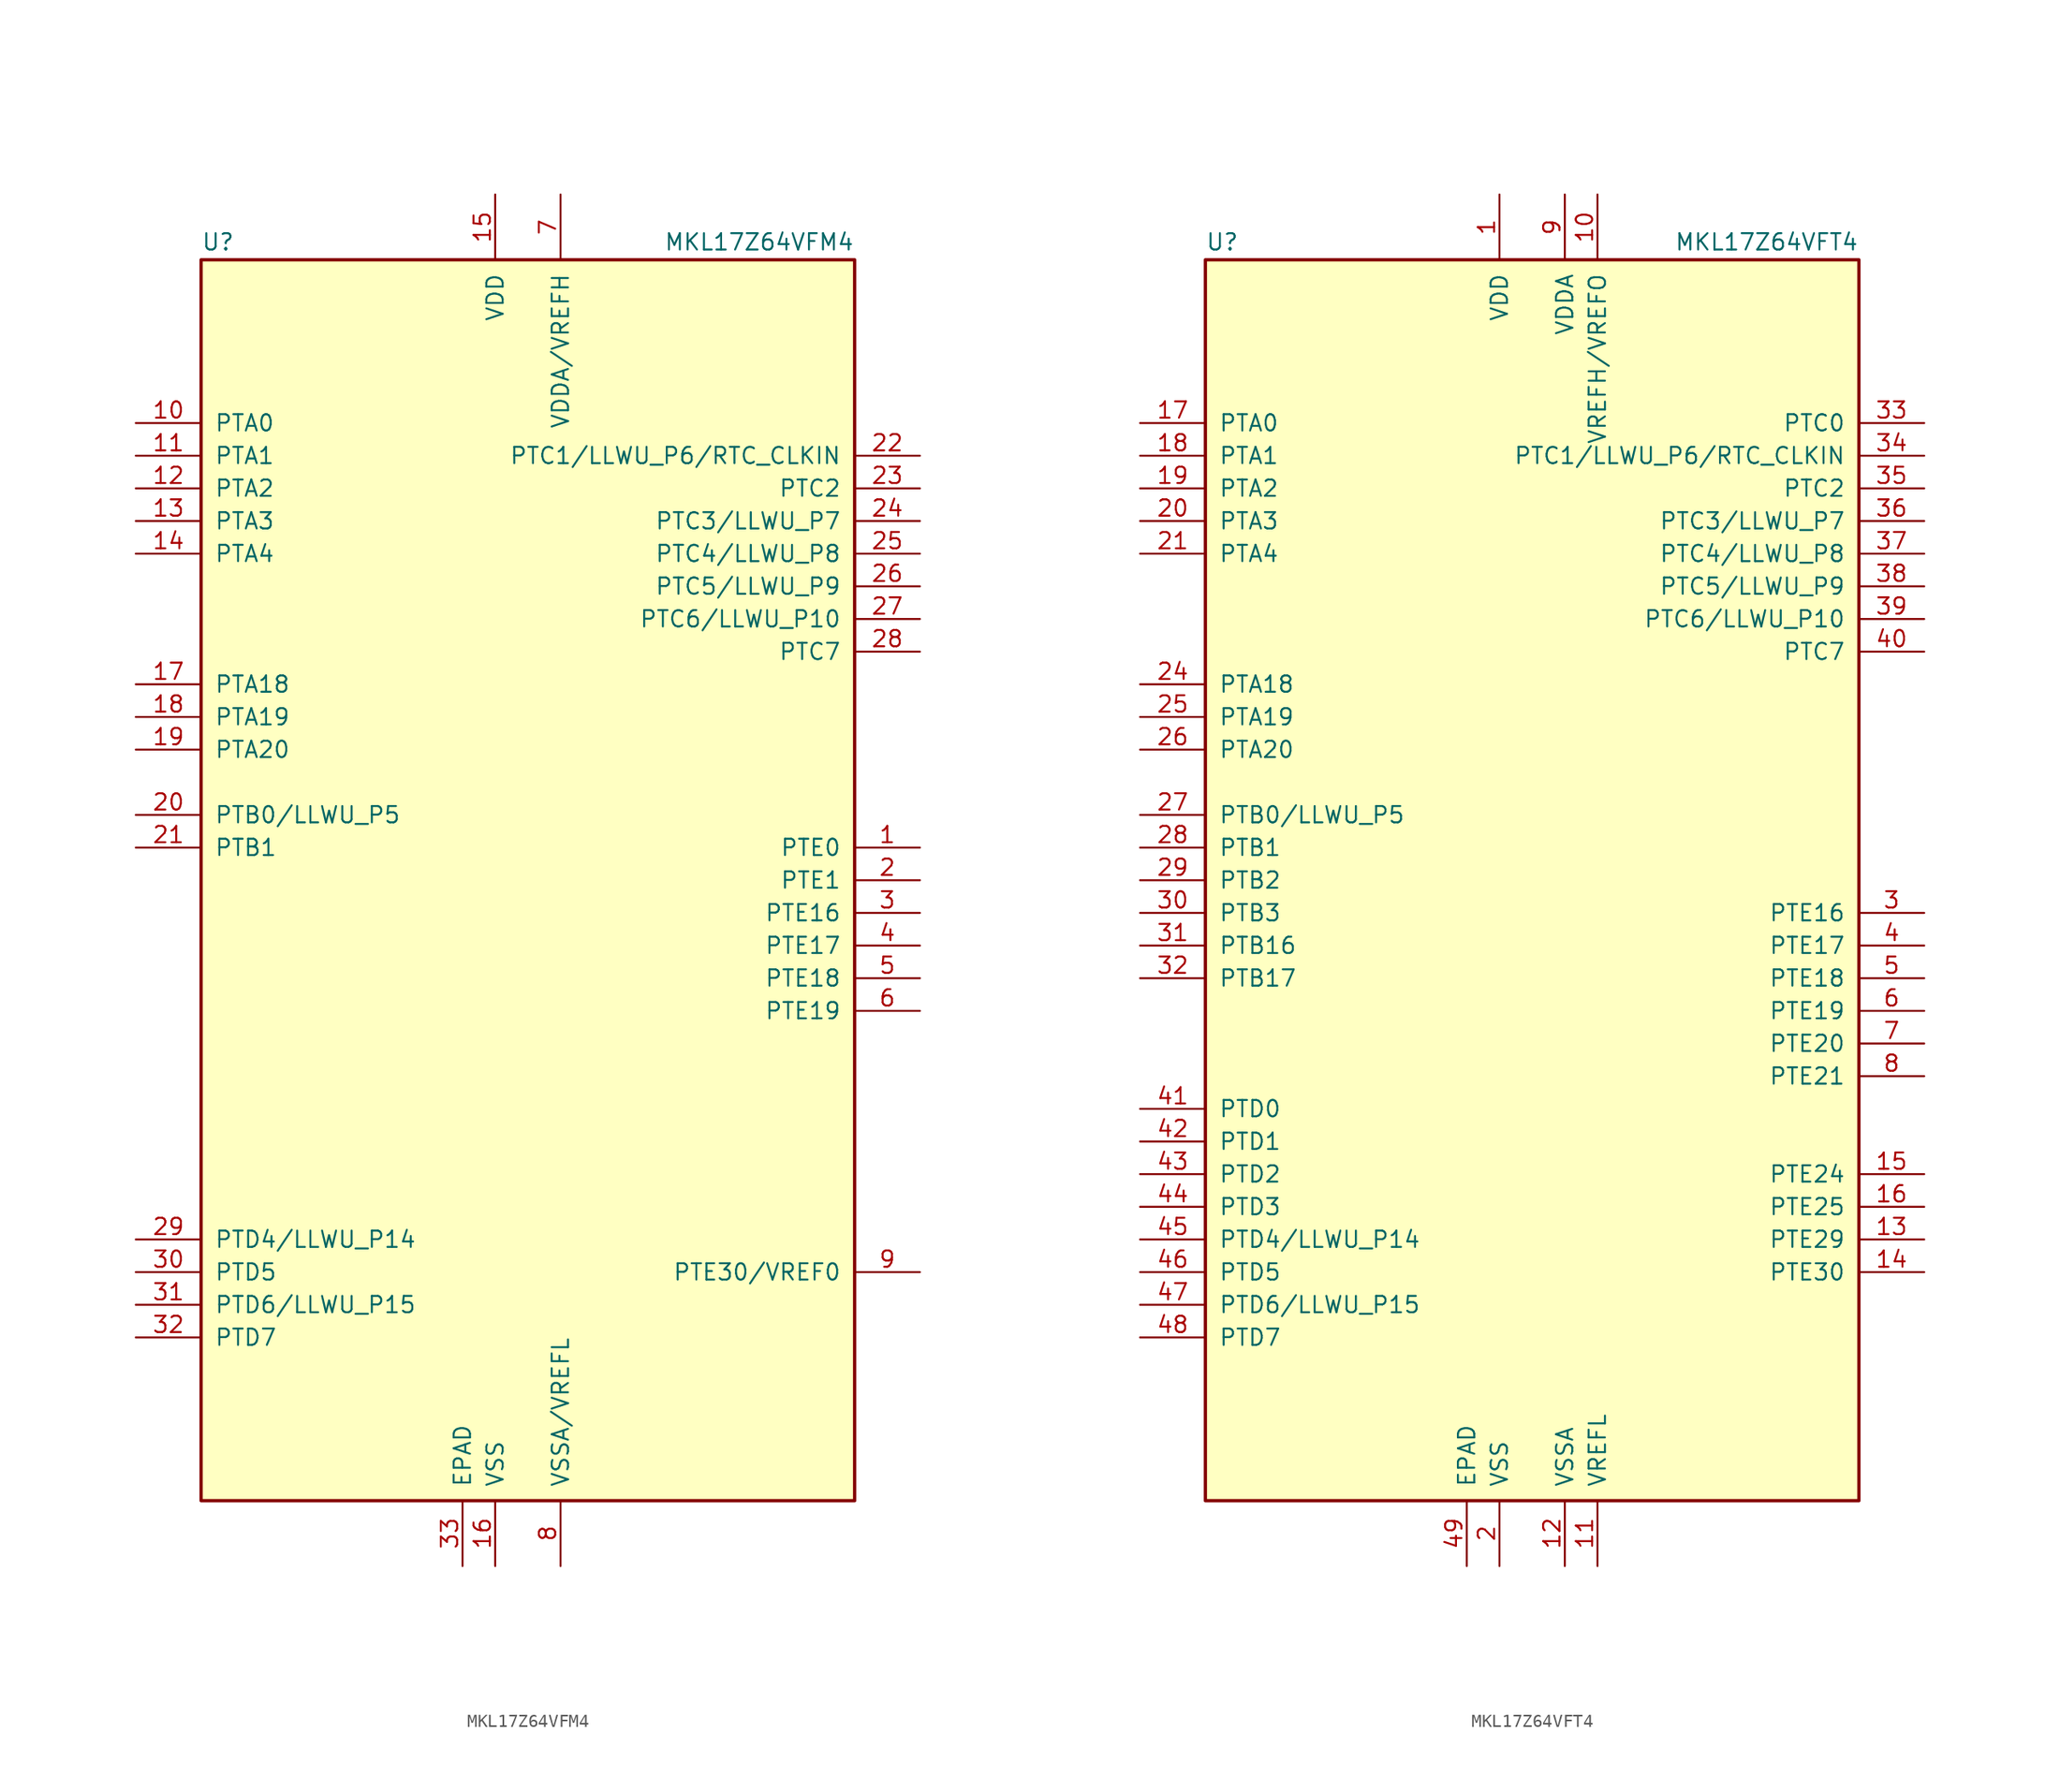
<source format=kicad_sym>
(kicad_symbol_lib
  (version 20211014)
  (generator kicad_symbol_editor)
  (symbol "MKL17Z64VFM4"
    (pin_names
      (offset 1.016))
    (property "Reference" "U"
      (at -25.4 48.895 0)
      (effects (font (size 1.27 1.27)) (justify left bottom)))
    (property "Value" "MKL17Z64VFM4"
      (at 25.4 48.895 0)
      (effects (font (size 1.27 1.27)) (justify right bottom)))
    (symbol "MKL17Z64VFM4_0_1"
      (rectangle (start -25.4 48.26) (end 25.4 -48.26) (stroke (width 0.254) (type default) (color 0 0 0 0)) (fill (type background))))
    (symbol "MKL17Z64VFM4_1_1"
      (pin bidirectional line (at 30.48 2.54 180) (length 5.08) (name "PTE0" (effects (font (size 1.27 1.27)))) (number "1" (effects (font (size 1.27 1.27)))))
      (pin bidirectional line (at -30.48 35.56 0) (length 5.08) (name "PTA0" (effects (font (size 1.27 1.27)))) (number "10" (effects (font (size 1.27 1.27)))))
      (pin bidirectional line (at -30.48 33.02 0) (length 5.08) (name "PTA1" (effects (font (size 1.27 1.27)))) (number "11" (effects (font (size 1.27 1.27)))))
      (pin bidirectional line (at -30.48 30.48 0) (length 5.08) (name "PTA2" (effects (font (size 1.27 1.27)))) (number "12" (effects (font (size 1.27 1.27)))))
      (pin bidirectional line (at -30.48 27.94 0) (length 5.08) (name "PTA3" (effects (font (size 1.27 1.27)))) (number "13" (effects (font (size 1.27 1.27)))))
      (pin bidirectional line (at -30.48 25.4 0) (length 5.08) (name "PTA4" (effects (font (size 1.27 1.27)))) (number "14" (effects (font (size 1.27 1.27)))))
      (pin power_in line (at -2.54 53.34 270) (length 5.08) (name "VDD" (effects (font (size 1.27 1.27)))) (number "15" (effects (font (size 1.27 1.27)))))
      (pin power_in line (at -2.54 -53.34 90) (length 5.08) (name "VSS" (effects (font (size 1.27 1.27)))) (number "16" (effects (font (size 1.27 1.27)))))
      (pin bidirectional line (at -30.48 15.24 0) (length 5.08) (name "PTA18" (effects (font (size 1.27 1.27)))) (number "17" (effects (font (size 1.27 1.27)))))
      (pin bidirectional line (at -30.48 12.7 0) (length 5.08) (name "PTA19" (effects (font (size 1.27 1.27)))) (number "18" (effects (font (size 1.27 1.27)))))
      (pin bidirectional line (at -30.48 10.16 0) (length 5.08) (name "PTA20" (effects (font (size 1.27 1.27)))) (number "19" (effects (font (size 1.27 1.27)))))
      (pin bidirectional line (at 30.48 0 180) (length 5.08) (name "PTE1" (effects (font (size 1.27 1.27)))) (number "2" (effects (font (size 1.27 1.27)))))
      (pin bidirectional line (at -30.48 5.08 0) (length 5.08) (name "PTB0/LLWU_P5" (effects (font (size 1.27 1.27)))) (number "20" (effects (font (size 1.27 1.27)))))
      (pin bidirectional line (at -30.48 2.54 0) (length 5.08) (name "PTB1" (effects (font (size 1.27 1.27)))) (number "21" (effects (font (size 1.27 1.27)))))
      (pin bidirectional line (at 30.48 33.02 180) (length 5.08) (name "PTC1/LLWU_P6/RTC_CLKIN" (effects (font (size 1.27 1.27)))) (number "22" (effects (font (size 1.27 1.27)))))
      (pin bidirectional line (at 30.48 30.48 180) (length 5.08) (name "PTC2" (effects (font (size 1.27 1.27)))) (number "23" (effects (font (size 1.27 1.27)))))
      (pin bidirectional line (at 30.48 27.94 180) (length 5.08) (name "PTC3/LLWU_P7" (effects (font (size 1.27 1.27)))) (number "24" (effects (font (size 1.27 1.27)))))
      (pin bidirectional line (at 30.48 25.4 180) (length 5.08) (name "PTC4/LLWU_P8" (effects (font (size 1.27 1.27)))) (number "25" (effects (font (size 1.27 1.27)))))
      (pin bidirectional line (at 30.48 22.86 180) (length 5.08) (name "PTC5/LLWU_P9" (effects (font (size 1.27 1.27)))) (number "26" (effects (font (size 1.27 1.27)))))
      (pin bidirectional line (at 30.48 20.32 180) (length 5.08) (name "PTC6/LLWU_P10" (effects (font (size 1.27 1.27)))) (number "27" (effects (font (size 1.27 1.27)))))
      (pin bidirectional line (at 30.48 17.78 180) (length 5.08) (name "PTC7" (effects (font (size 1.27 1.27)))) (number "28" (effects (font (size 1.27 1.27)))))
      (pin bidirectional line (at -30.48 -27.94 0) (length 5.08) (name "PTD4/LLWU_P14" (effects (font (size 1.27 1.27)))) (number "29" (effects (font (size 1.27 1.27)))))
      (pin bidirectional line (at 30.48 -2.54 180) (length 5.08) (name "PTE16" (effects (font (size 1.27 1.27)))) (number "3" (effects (font (size 1.27 1.27)))))
      (pin bidirectional line (at -30.48 -30.48 0) (length 5.08) (name "PTD5" (effects (font (size 1.27 1.27)))) (number "30" (effects (font (size 1.27 1.27)))))
      (pin bidirectional line (at -30.48 -33.02 0) (length 5.08) (name "PTD6/LLWU_P15" (effects (font (size 1.27 1.27)))) (number "31" (effects (font (size 1.27 1.27)))))
      (pin bidirectional line (at -30.48 -35.56 0) (length 5.08) (name "PTD7" (effects (font (size 1.27 1.27)))) (number "32" (effects (font (size 1.27 1.27)))))
      (pin power_in line (at -5.08 -53.34 90) (length 5.08) (name "EPAD" (effects (font (size 1.27 1.27)))) (number "33" (effects (font (size 1.27 1.27)))))
      (pin bidirectional line (at 30.48 -5.08 180) (length 5.08) (name "PTE17" (effects (font (size 1.27 1.27)))) (number "4" (effects (font (size 1.27 1.27)))))
      (pin bidirectional line (at 30.48 -7.62 180) (length 5.08) (name "PTE18" (effects (font (size 1.27 1.27)))) (number "5" (effects (font (size 1.27 1.27)))))
      (pin bidirectional line (at 30.48 -10.16 180) (length 5.08) (name "PTE19" (effects (font (size 1.27 1.27)))) (number "6" (effects (font (size 1.27 1.27)))))
      (pin power_in line (at 2.54 53.34 270) (length 5.08) (name "VDDA/VREFH" (effects (font (size 1.27 1.27)))) (number "7" (effects (font (size 1.27 1.27)))))
      (pin power_in line (at 2.54 -53.34 90) (length 5.08) (name "VSSA/VREFL" (effects (font (size 1.27 1.27)))) (number "8" (effects (font (size 1.27 1.27)))))
      (pin bidirectional line (at 30.48 -30.48 180) (length 5.08) (name "PTE30/VREF0" (effects (font (size 1.27 1.27)))) (number "9" (effects (font (size 1.27 1.27)))))))
  (symbol "MKL17Z64VFT4"
    (pin_names
      (offset 1.016))
    (property "Reference" "U"
      (at -25.4 48.895 0)
      (effects (font (size 1.27 1.27)) (justify left bottom)))
    (property "Value" "MKL17Z64VFT4"
      (at 25.4 48.895 0)
      (effects (font (size 1.27 1.27)) (justify right bottom)))
    (symbol "MKL17Z64VFT4_0_1"
      (rectangle (start -25.4 48.26) (end 25.4 -48.26) (stroke (width 0.254) (type default) (color 0 0 0 0)) (fill (type background))))
    (symbol "MKL17Z64VFT4_1_1"
      (pin power_in line (at -2.54 53.34 270) (length 5.08) (name "VDD" (effects (font (size 1.27 1.27)))) (number "1" (effects (font (size 1.27 1.27)))))
      (pin power_in line (at 5.08 53.34 270) (length 5.08) (name "VREFH/VREFO" (effects (font (size 1.27 1.27)))) (number "10" (effects (font (size 1.27 1.27)))))
      (pin power_in line (at 5.08 -53.34 90) (length 5.08) (name "VREFL" (effects (font (size 1.27 1.27)))) (number "11" (effects (font (size 1.27 1.27)))))
      (pin power_in line (at 2.54 -53.34 90) (length 5.08) (name "VSSA" (effects (font (size 1.27 1.27)))) (number "12" (effects (font (size 1.27 1.27)))))
      (pin bidirectional line (at 30.48 -27.94 180) (length 5.08) (name "PTE29" (effects (font (size 1.27 1.27)))) (number "13" (effects (font (size 1.27 1.27)))))
      (pin bidirectional line (at 30.48 -30.48 180) (length 5.08) (name "PTE30" (effects (font (size 1.27 1.27)))) (number "14" (effects (font (size 1.27 1.27)))))
      (pin bidirectional line (at 30.48 -22.86 180) (length 5.08) (name "PTE24" (effects (font (size 1.27 1.27)))) (number "15" (effects (font (size 1.27 1.27)))))
      (pin bidirectional line (at 30.48 -25.4 180) (length 5.08) (name "PTE25" (effects (font (size 1.27 1.27)))) (number "16" (effects (font (size 1.27 1.27)))))
      (pin bidirectional line (at -30.48 35.56 0) (length 5.08) (name "PTA0" (effects (font (size 1.27 1.27)))) (number "17" (effects (font (size 1.27 1.27)))))
      (pin bidirectional line (at -30.48 33.02 0) (length 5.08) (name "PTA1" (effects (font (size 1.27 1.27)))) (number "18" (effects (font (size 1.27 1.27)))))
      (pin bidirectional line (at -30.48 30.48 0) (length 5.08) (name "PTA2" (effects (font (size 1.27 1.27)))) (number "19" (effects (font (size 1.27 1.27)))))
      (pin power_in line (at -2.54 -53.34 90) (length 5.08) (name "VSS" (effects (font (size 1.27 1.27)))) (number "2" (effects (font (size 1.27 1.27)))))
      (pin bidirectional line (at -30.48 27.94 0) (length 5.08) (name "PTA3" (effects (font (size 1.27 1.27)))) (number "20" (effects (font (size 1.27 1.27)))))
      (pin bidirectional line (at -30.48 25.4 0) (length 5.08) (name "PTA4" (effects (font (size 1.27 1.27)))) (number "21" (effects (font (size 1.27 1.27)))))
      (pin passive line (at -2.54 53.34 270) (length 5.08) hide (name "VDD" (effects (font (size 1.27 1.27)))) (number "22" (effects (font (size 1.27 1.27)))))
      (pin passive line (at -2.54 -53.34 90) (length 5.08) hide (name "VSS" (effects (font (size 1.27 1.27)))) (number "23" (effects (font (size 1.27 1.27)))))
      (pin bidirectional line (at -30.48 15.24 0) (length 5.08) (name "PTA18" (effects (font (size 1.27 1.27)))) (number "24" (effects (font (size 1.27 1.27)))))
      (pin bidirectional line (at -30.48 12.7 0) (length 5.08) (name "PTA19" (effects (font (size 1.27 1.27)))) (number "25" (effects (font (size 1.27 1.27)))))
      (pin bidirectional line (at -30.48 10.16 0) (length 5.08) (name "PTA20" (effects (font (size 1.27 1.27)))) (number "26" (effects (font (size 1.27 1.27)))))
      (pin bidirectional line (at -30.48 5.08 0) (length 5.08) (name "PTB0/LLWU_P5" (effects (font (size 1.27 1.27)))) (number "27" (effects (font (size 1.27 1.27)))))
      (pin bidirectional line (at -30.48 2.54 0) (length 5.08) (name "PTB1" (effects (font (size 1.27 1.27)))) (number "28" (effects (font (size 1.27 1.27)))))
      (pin bidirectional line (at -30.48 0 0) (length 5.08) (name "PTB2" (effects (font (size 1.27 1.27)))) (number "29" (effects (font (size 1.27 1.27)))))
      (pin bidirectional line (at 30.48 -2.54 180) (length 5.08) (name "PTE16" (effects (font (size 1.27 1.27)))) (number "3" (effects (font (size 1.27 1.27)))))
      (pin bidirectional line (at -30.48 -2.54 0) (length 5.08) (name "PTB3" (effects (font (size 1.27 1.27)))) (number "30" (effects (font (size 1.27 1.27)))))
      (pin bidirectional line (at -30.48 -5.08 0) (length 5.08) (name "PTB16" (effects (font (size 1.27 1.27)))) (number "31" (effects (font (size 1.27 1.27)))))
      (pin bidirectional line (at -30.48 -7.62 0) (length 5.08) (name "PTB17" (effects (font (size 1.27 1.27)))) (number "32" (effects (font (size 1.27 1.27)))))
      (pin bidirectional line (at 30.48 35.56 180) (length 5.08) (name "PTC0" (effects (font (size 1.27 1.27)))) (number "33" (effects (font (size 1.27 1.27)))))
      (pin bidirectional line (at 30.48 33.02 180) (length 5.08) (name "PTC1/LLWU_P6/RTC_CLKIN" (effects (font (size 1.27 1.27)))) (number "34" (effects (font (size 1.27 1.27)))))
      (pin bidirectional line (at 30.48 30.48 180) (length 5.08) (name "PTC2" (effects (font (size 1.27 1.27)))) (number "35" (effects (font (size 1.27 1.27)))))
      (pin bidirectional line (at 30.48 27.94 180) (length 5.08) (name "PTC3/LLWU_P7" (effects (font (size 1.27 1.27)))) (number "36" (effects (font (size 1.27 1.27)))))
      (pin bidirectional line (at 30.48 25.4 180) (length 5.08) (name "PTC4/LLWU_P8" (effects (font (size 1.27 1.27)))) (number "37" (effects (font (size 1.27 1.27)))))
      (pin bidirectional line (at 30.48 22.86 180) (length 5.08) (name "PTC5/LLWU_P9" (effects (font (size 1.27 1.27)))) (number "38" (effects (font (size 1.27 1.27)))))
      (pin bidirectional line (at 30.48 20.32 180) (length 5.08) (name "PTC6/LLWU_P10" (effects (font (size 1.27 1.27)))) (number "39" (effects (font (size 1.27 1.27)))))
      (pin bidirectional line (at 30.48 -5.08 180) (length 5.08) (name "PTE17" (effects (font (size 1.27 1.27)))) (number "4" (effects (font (size 1.27 1.27)))))
      (pin bidirectional line (at 30.48 17.78 180) (length 5.08) (name "PTC7" (effects (font (size 1.27 1.27)))) (number "40" (effects (font (size 1.27 1.27)))))
      (pin bidirectional line (at -30.48 -17.78 0) (length 5.08) (name "PTD0" (effects (font (size 1.27 1.27)))) (number "41" (effects (font (size 1.27 1.27)))))
      (pin bidirectional line (at -30.48 -20.32 0) (length 5.08) (name "PTD1" (effects (font (size 1.27 1.27)))) (number "42" (effects (font (size 1.27 1.27)))))
      (pin bidirectional line (at -30.48 -22.86 0) (length 5.08) (name "PTD2" (effects (font (size 1.27 1.27)))) (number "43" (effects (font (size 1.27 1.27)))))
      (pin bidirectional line (at -30.48 -25.4 0) (length 5.08) (name "PTD3" (effects (font (size 1.27 1.27)))) (number "44" (effects (font (size 1.27 1.27)))))
      (pin bidirectional line (at -30.48 -27.94 0) (length 5.08) (name "PTD4/LLWU_P14" (effects (font (size 1.27 1.27)))) (number "45" (effects (font (size 1.27 1.27)))))
      (pin bidirectional line (at -30.48 -30.48 0) (length 5.08) (name "PTD5" (effects (font (size 1.27 1.27)))) (number "46" (effects (font (size 1.27 1.27)))))
      (pin bidirectional line (at -30.48 -33.02 0) (length 5.08) (name "PTD6/LLWU_P15" (effects (font (size 1.27 1.27)))) (number "47" (effects (font (size 1.27 1.27)))))
      (pin bidirectional line (at -30.48 -35.56 0) (length 5.08) (name "PTD7" (effects (font (size 1.27 1.27)))) (number "48" (effects (font (size 1.27 1.27)))))
      (pin power_in line (at -5.08 -53.34 90) (length 5.08) (name "EPAD" (effects (font (size 1.27 1.27)))) (number "49" (effects (font (size 1.27 1.27)))))
      (pin bidirectional line (at 30.48 -7.62 180) (length 5.08) (name "PTE18" (effects (font (size 1.27 1.27)))) (number "5" (effects (font (size 1.27 1.27)))))
      (pin bidirectional line (at 30.48 -10.16 180) (length 5.08) (name "PTE19" (effects (font (size 1.27 1.27)))) (number "6" (effects (font (size 1.27 1.27)))))
      (pin bidirectional line (at 30.48 -12.7 180) (length 5.08) (name "PTE20" (effects (font (size 1.27 1.27)))) (number "7" (effects (font (size 1.27 1.27)))))
      (pin bidirectional line (at 30.48 -15.24 180) (length 5.08) (name "PTE21" (effects (font (size 1.27 1.27)))) (number "8" (effects (font (size 1.27 1.27)))))
      (pin power_in line (at 2.54 53.34 270) (length 5.08) (name "VDDA" (effects (font (size 1.27 1.27)))) (number "9" (effects (font (size 1.27 1.27))))))))
</source>
